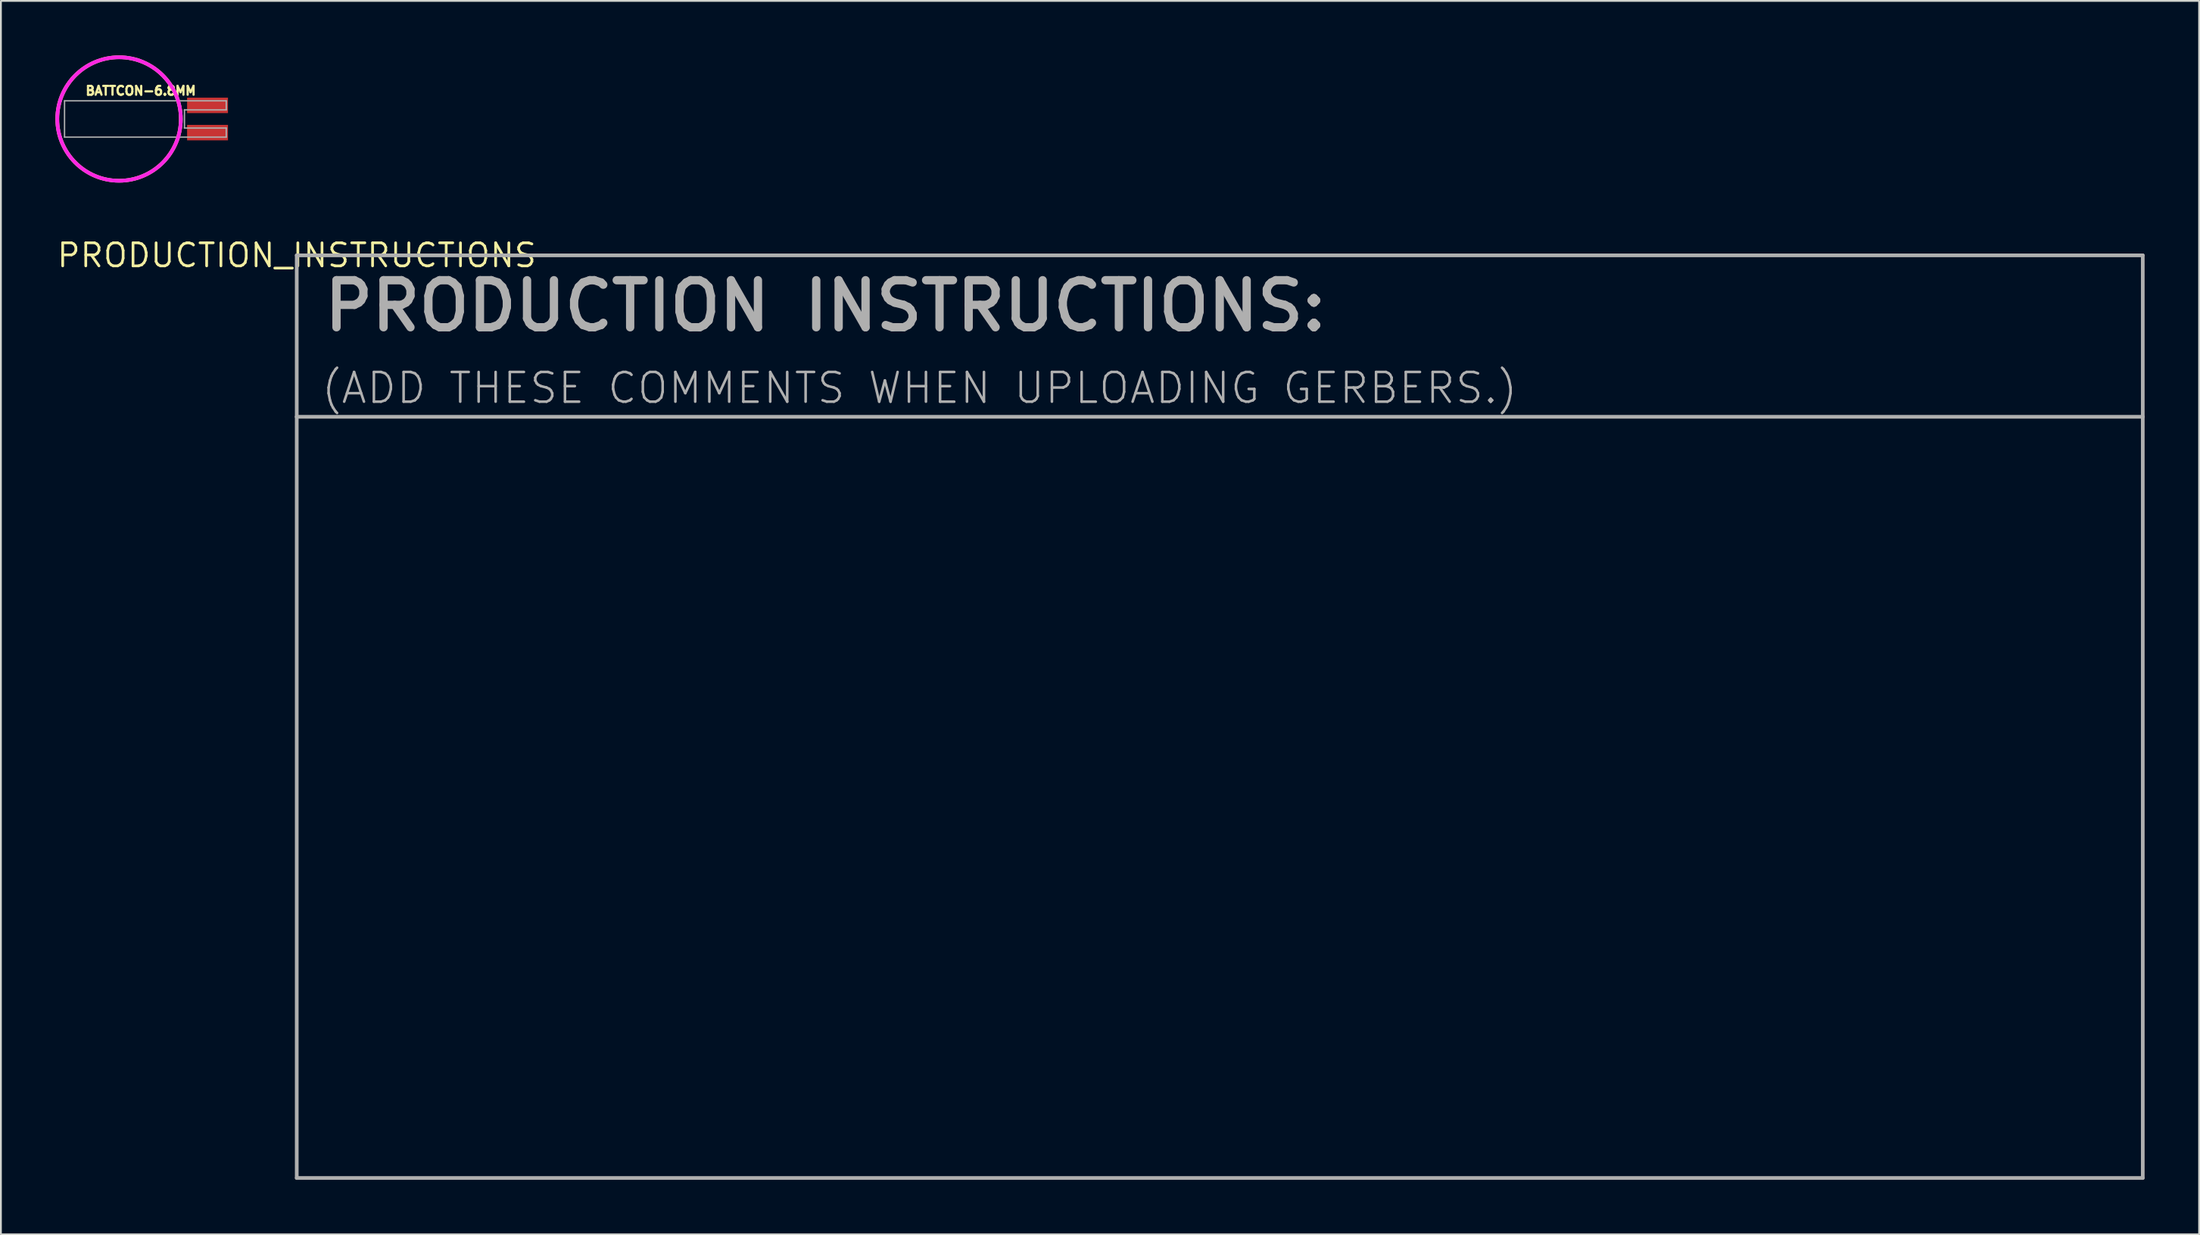
<source format=kicad_pcb>
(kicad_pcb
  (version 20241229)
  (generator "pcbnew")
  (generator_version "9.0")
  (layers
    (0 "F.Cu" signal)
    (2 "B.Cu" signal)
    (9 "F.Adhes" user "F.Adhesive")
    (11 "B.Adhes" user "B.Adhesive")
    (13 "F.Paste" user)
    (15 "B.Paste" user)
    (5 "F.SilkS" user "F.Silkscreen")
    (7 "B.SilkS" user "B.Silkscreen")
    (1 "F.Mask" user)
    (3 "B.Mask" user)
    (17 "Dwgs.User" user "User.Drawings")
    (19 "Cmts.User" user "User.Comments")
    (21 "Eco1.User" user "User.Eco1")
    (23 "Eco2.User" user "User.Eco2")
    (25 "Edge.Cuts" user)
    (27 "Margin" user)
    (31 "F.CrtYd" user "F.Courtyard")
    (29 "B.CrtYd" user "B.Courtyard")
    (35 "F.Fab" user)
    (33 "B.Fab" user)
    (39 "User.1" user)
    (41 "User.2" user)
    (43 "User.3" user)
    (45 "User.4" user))
  (footprint "BATTCON-6.8MM"
    (layer "F.Cu")
    (at 3.502 3.502)
    (property "Reference" "BATTCON-6.8MM" (at -1.905 -1.27 0) (layer "F.SilkS") (effects (font (size 0.488 0.488) (thickness 0.122)) (justify left bottom)))
    (fp_circle (center 0 0) (end 3.4 0) (stroke (width 0.203) (type solid)) (fill no) (layer "F.SilkS"))
    (fp_circle (center 0 0) (end 3.4 0) (stroke (width 0.203) (type solid)) (fill no) (layer "F.CrtYd"))
    (fp_line (start -3 -1) (end -3 1) (stroke (width 0.076) (type solid)) (layer "F.Fab"))
    (fp_line (start -3 1) (end 5.9 1) (stroke (width 0.076) (type solid)) (layer "F.Fab"))
    (fp_line (start 3.6 0.5) (end 3.6 -0.5) (stroke (width 0.076) (type solid)) (layer "F.Fab"))
    (fp_line (start 3.6 0.5) (end 5.9 0.5) (stroke (width 0.076) (type solid)) (layer "F.Fab"))
    (fp_line (start 5.9 -1) (end -3 -1) (stroke (width 0.076) (type solid)) (layer "F.Fab"))
    (fp_line (start 5.9 -1) (end 5.9 -0.5) (stroke (width 0.076) (type solid)) (layer "F.Fab"))
    (fp_line (start 5.9 -0.5) (end 3.6 -0.5) (stroke (width 0.076) (type solid)) (layer "F.Fab"))
    (fp_line (start 5.9 0.5) (end 5.9 1) (stroke (width 0.076) (type solid)) (layer "F.Fab"))
    (pad "+" smd rect (at 4.87 -0.75 180) (size 2.25 0.85) (layers "F.Cu" "F.Mask" "F.Paste"))
    (pad "-" smd rect (at 4.87 0.75 180) (size 2.25 0.85) (layers "F.Cu" "F.Mask" "F.Paste")))
  (footprint "PRODUCTION_INSTRUCTIONS"
    (layer "F.Cu")
    (at 13.282 11.009)
    (property "Reference" "PRODUCTION_INSTRUCTIONS" (at 0 0 0) (layer "F.SilkS") (effects (font (size 1.27 1.27) (thickness 0.15))))
    (fp_line (start 0 0) (end 101.6 0) (stroke (width 0.203) (type solid)) (layer "F.Fab"))
    (fp_line (start 0 8.89) (end 0 0) (stroke (width 0.203) (type solid)) (layer "F.Fab"))
    (fp_line (start 0 8.89) (end 101.6 8.89) (stroke (width 0.203) (type solid)) (layer "F.Fab"))
    (fp_line (start 0 50.8) (end 0 8.89) (stroke (width 0.203) (type solid)) (layer "F.Fab"))
    (fp_line (start 101.6 0) (end 101.6 8.89) (stroke (width 0.203) (type solid)) (layer "F.Fab"))
    (fp_line (start 101.6 8.89) (end 101.6 50.8) (stroke (width 0.203) (type solid)) (layer "F.Fab"))
    (fp_line (start 101.6 50.8) (end 0 50.8) (stroke (width 0.203) (type solid)) (layer "F.Fab"))
    (fp_text user "PRODUCTION INSTRUCTIONS:" (at 1.27 1.27 0) (layer "F.Fab") (effects (font (size 2.591 2.591) (thickness 0.457)) (justify left top)))
    (fp_text user "(ADD THESE COMMENTS WHEN UPLOADING GERBERS.)" (at 1.27 6.35 0) (layer "F.Fab") (effects (font (size 1.636 1.636) (thickness 0.142)) (justify left top))))
  (gr_rect
    (start -3 -3)
    (end 117.983 64.911)
    (stroke (width 0.1) (type default))
    (fill no)
    (layer "Edge.Cuts")))
</source>
